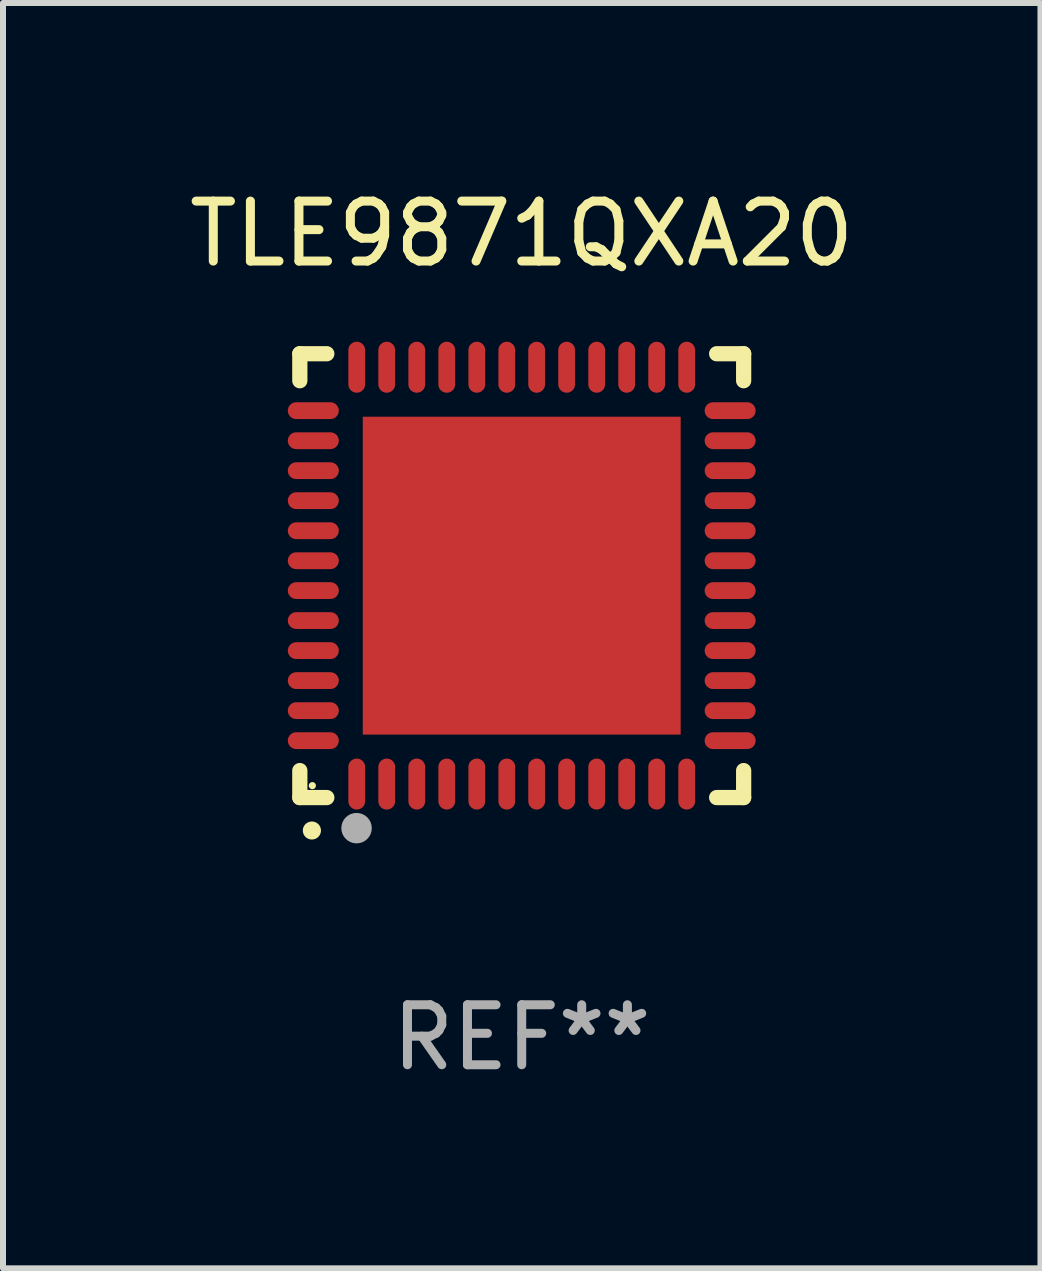
<source format=kicad_pcb>
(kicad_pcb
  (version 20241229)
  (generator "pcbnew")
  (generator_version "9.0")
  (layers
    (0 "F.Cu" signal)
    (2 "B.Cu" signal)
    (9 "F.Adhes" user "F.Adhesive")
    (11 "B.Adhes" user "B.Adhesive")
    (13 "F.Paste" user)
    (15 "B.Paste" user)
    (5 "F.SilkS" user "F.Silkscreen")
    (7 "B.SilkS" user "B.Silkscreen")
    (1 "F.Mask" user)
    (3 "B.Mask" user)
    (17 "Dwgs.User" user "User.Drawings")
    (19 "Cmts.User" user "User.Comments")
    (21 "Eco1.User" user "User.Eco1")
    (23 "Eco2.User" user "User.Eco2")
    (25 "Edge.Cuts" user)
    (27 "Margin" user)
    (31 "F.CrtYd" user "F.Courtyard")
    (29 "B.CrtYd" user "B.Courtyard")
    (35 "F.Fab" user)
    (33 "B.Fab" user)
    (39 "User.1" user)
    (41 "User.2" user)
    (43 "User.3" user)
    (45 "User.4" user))
  (footprint "TLE9871QXA20"
    (layer "F.Cu")
    (at 5.649 6.548)
    (property "Reference" "TLE9871QXA20" (at 0 -5.7 0) (layer "F.SilkS") (effects (font (size 1 1) (thickness 0.15))))
    (attr through_hole)
    (fp_line (start -3.7 -3.7) (end -3.25 -3.7) (stroke (width 0.254) (type solid)) (layer "F.SilkS"))
    (fp_line (start -3.7 -3.25) (end -3.7 -3.7) (stroke (width 0.254) (type solid)) (layer "F.SilkS"))
    (fp_line (start -3.7 3.7) (end -3.7 3.25) (stroke (width 0.254) (type solid)) (layer "F.SilkS"))
    (fp_line (start -3.25 3.7) (end -3.7 3.7) (stroke (width 0.254) (type solid)) (layer "F.SilkS"))
    (fp_line (start 3.25 3.7) (end 3.7 3.7) (stroke (width 0.254) (type solid)) (layer "F.SilkS"))
    (fp_line (start 3.7 -3.7) (end 3.25 -3.7) (stroke (width 0.254) (type solid)) (layer "F.SilkS"))
    (fp_line (start 3.7 -3.25) (end 3.7 -3.7) (stroke (width 0.254) (type solid)) (layer "F.SilkS"))
    (fp_line (start 3.7 3.7) (end 3.7 3.25) (stroke (width 0.254) (type solid)) (layer "F.SilkS"))
    (fp_arc (start -3.500127 4.249428) (mid -3.498857 4.249423) (end -3.497587 4.249428) (stroke (width 0.3) (type solid)) (layer "F.SilkS"))
    (fp_circle (center -3.491 3.501) (end -3.461 3.501) (stroke (width 0.06) (type solid)) (fill no) (layer "F.SilkS"))
    (fp_circle (center -2.754 4.21) (end -2.627 4.21) (stroke (width 0.254) (type solid)) (fill no) (layer "F.Fab"))
    (fp_text user "REF**" (at 0 7.7 0) (layer "F.Fab") (effects (font (size 1 1) (thickness 0.15))))
    (pad "1" smd oval (at -2.751 3.475) (size 0.28 0.85) (layers "F.Cu" "F.Mask" "F.Paste"))
    (pad "2" smd oval (at -2.251 3.475) (size 0.28 0.85) (layers "F.Cu" "F.Mask" "F.Paste"))
    (pad "3" smd oval (at -1.75 3.475) (size 0.28 0.85) (layers "F.Cu" "F.Mask" "F.Paste"))
    (pad "4" smd oval (at -1.25 3.475) (size 0.28 0.85) (layers "F.Cu" "F.Mask" "F.Paste"))
    (pad "5" smd oval (at -0.749 3.475) (size 0.28 0.85) (layers "F.Cu" "F.Mask" "F.Paste"))
    (pad "6" smd oval (at -0.249 3.475) (size 0.28 0.85) (layers "F.Cu" "F.Mask" "F.Paste"))
    (pad "7" smd oval (at 0.249 3.475) (size 0.28 0.85) (layers "F.Cu" "F.Mask" "F.Paste"))
    (pad "8" smd oval (at 0.749 3.475) (size 0.28 0.85) (layers "F.Cu" "F.Mask" "F.Paste"))
    (pad "9" smd oval (at 1.25 3.475) (size 0.28 0.85) (layers "F.Cu" "F.Mask" "F.Paste"))
    (pad "10" smd oval (at 1.75 3.475) (size 0.28 0.85) (layers "F.Cu" "F.Mask" "F.Paste"))
    (pad "11" smd oval (at 2.25 3.475) (size 0.28 0.85) (layers "F.Cu" "F.Mask" "F.Paste"))
    (pad "12" smd oval (at 2.751 3.475) (size 0.28 0.85) (layers "F.Cu" "F.Mask" "F.Paste"))
    (pad "13" smd oval (at 3.475 2.751) (size 0.85 0.28) (layers "F.Cu" "F.Mask" "F.Paste"))
    (pad "14" smd oval (at 3.475 2.251) (size 0.85 0.28) (layers "F.Cu" "F.Mask" "F.Paste"))
    (pad "15" smd oval (at 3.475 1.75) (size 0.85 0.28) (layers "F.Cu" "F.Mask" "F.Paste"))
    (pad "16" smd oval (at 3.475 1.25) (size 0.85 0.28) (layers "F.Cu" "F.Mask" "F.Paste"))
    (pad "17" smd oval (at 3.475 0.749) (size 0.85 0.28) (layers "F.Cu" "F.Mask" "F.Paste"))
    (pad "18" smd oval (at 3.475 0.249) (size 0.85 0.28) (layers "F.Cu" "F.Mask" "F.Paste"))
    (pad "19" smd oval (at 3.475 -0.249) (size 0.85 0.28) (layers "F.Cu" "F.Mask" "F.Paste"))
    (pad "20" smd oval (at 3.475 -0.749) (size 0.85 0.28) (layers "F.Cu" "F.Mask" "F.Paste"))
    (pad "21" smd oval (at 3.475 -1.25) (size 0.85 0.28) (layers "F.Cu" "F.Mask" "F.Paste"))
    (pad "22" smd oval (at 3.475 -1.75) (size 0.85 0.28) (layers "F.Cu" "F.Mask" "F.Paste"))
    (pad "23" smd oval (at 3.475 -2.25) (size 0.85 0.28) (layers "F.Cu" "F.Mask" "F.Paste"))
    (pad "24" smd oval (at 3.475 -2.751) (size 0.85 0.28) (layers "F.Cu" "F.Mask" "F.Paste"))
    (pad "25" smd oval (at 2.751 -3.475) (size 0.28 0.85) (layers "F.Cu" "F.Mask" "F.Paste"))
    (pad "26" smd oval (at 2.25 -3.475) (size 0.28 0.85) (layers "F.Cu" "F.Mask" "F.Paste"))
    (pad "27" smd oval (at 1.75 -3.475) (size 0.28 0.85) (layers "F.Cu" "F.Mask" "F.Paste"))
    (pad "28" smd oval (at 1.25 -3.475) (size 0.28 0.85) (layers "F.Cu" "F.Mask" "F.Paste"))
    (pad "29" smd oval (at 0.749 -3.475) (size 0.28 0.85) (layers "F.Cu" "F.Mask" "F.Paste"))
    (pad "30" smd oval (at 0.249 -3.475) (size 0.28 0.85) (layers "F.Cu" "F.Mask" "F.Paste"))
    (pad "31" smd oval (at -0.249 -3.475) (size 0.28 0.85) (layers "F.Cu" "F.Mask" "F.Paste"))
    (pad "32" smd oval (at -0.749 -3.475) (size 0.28 0.85) (layers "F.Cu" "F.Mask" "F.Paste"))
    (pad "33" smd oval (at -1.25 -3.475) (size 0.28 0.85) (layers "F.Cu" "F.Mask" "F.Paste"))
    (pad "34" smd oval (at -1.75 -3.475) (size 0.28 0.85) (layers "F.Cu" "F.Mask" "F.Paste"))
    (pad "35" smd oval (at -2.251 -3.475) (size 0.28 0.85) (layers "F.Cu" "F.Mask" "F.Paste"))
    (pad "36" smd oval (at -2.751 -3.475) (size 0.28 0.85) (layers "F.Cu" "F.Mask" "F.Paste"))
    (pad "37" smd oval (at -3.475 -2.751) (size 0.85 0.28) (layers "F.Cu" "F.Mask" "F.Paste"))
    (pad "38" smd oval (at -3.475 -2.25) (size 0.85 0.28) (layers "F.Cu" "F.Mask" "F.Paste"))
    (pad "39" smd oval (at -3.475 -1.75) (size 0.85 0.28) (layers "F.Cu" "F.Mask" "F.Paste"))
    (pad "40" smd oval (at -3.475 -1.25) (size 0.85 0.28) (layers "F.Cu" "F.Mask" "F.Paste"))
    (pad "41" smd oval (at -3.475 -0.749) (size 0.85 0.28) (layers "F.Cu" "F.Mask" "F.Paste"))
    (pad "42" smd oval (at -3.475 -0.249) (size 0.85 0.28) (layers "F.Cu" "F.Mask" "F.Paste"))
    (pad "43" smd oval (at -3.475 0.249) (size 0.85 0.28) (layers "F.Cu" "F.Mask" "F.Paste"))
    (pad "44" smd oval (at -3.475 0.749) (size 0.85 0.28) (layers "F.Cu" "F.Mask" "F.Paste"))
    (pad "45" smd oval (at -3.475 1.25) (size 0.85 0.28) (layers "F.Cu" "F.Mask" "F.Paste"))
    (pad "46" smd oval (at -3.475 1.75) (size 0.85 0.28) (layers "F.Cu" "F.Mask" "F.Paste"))
    (pad "47" smd oval (at -3.475 2.251) (size 0.85 0.28) (layers "F.Cu" "F.Mask" "F.Paste"))
    (pad "48" smd oval (at -3.475 2.751) (size 0.85 0.28) (layers "F.Cu" "F.Mask" "F.Paste"))
    (pad "49" smd rect (at -0.000102 0.000102) (size 5.3 5.3) (layers "F.Cu" "F.Mask" "F.Paste")))
  (gr_rect
    (start -3 -3)
    (end 14.298 18.097)
    (stroke (width 0.1) (type default))
    (fill no)
    (layer "Edge.Cuts")))
</source>
